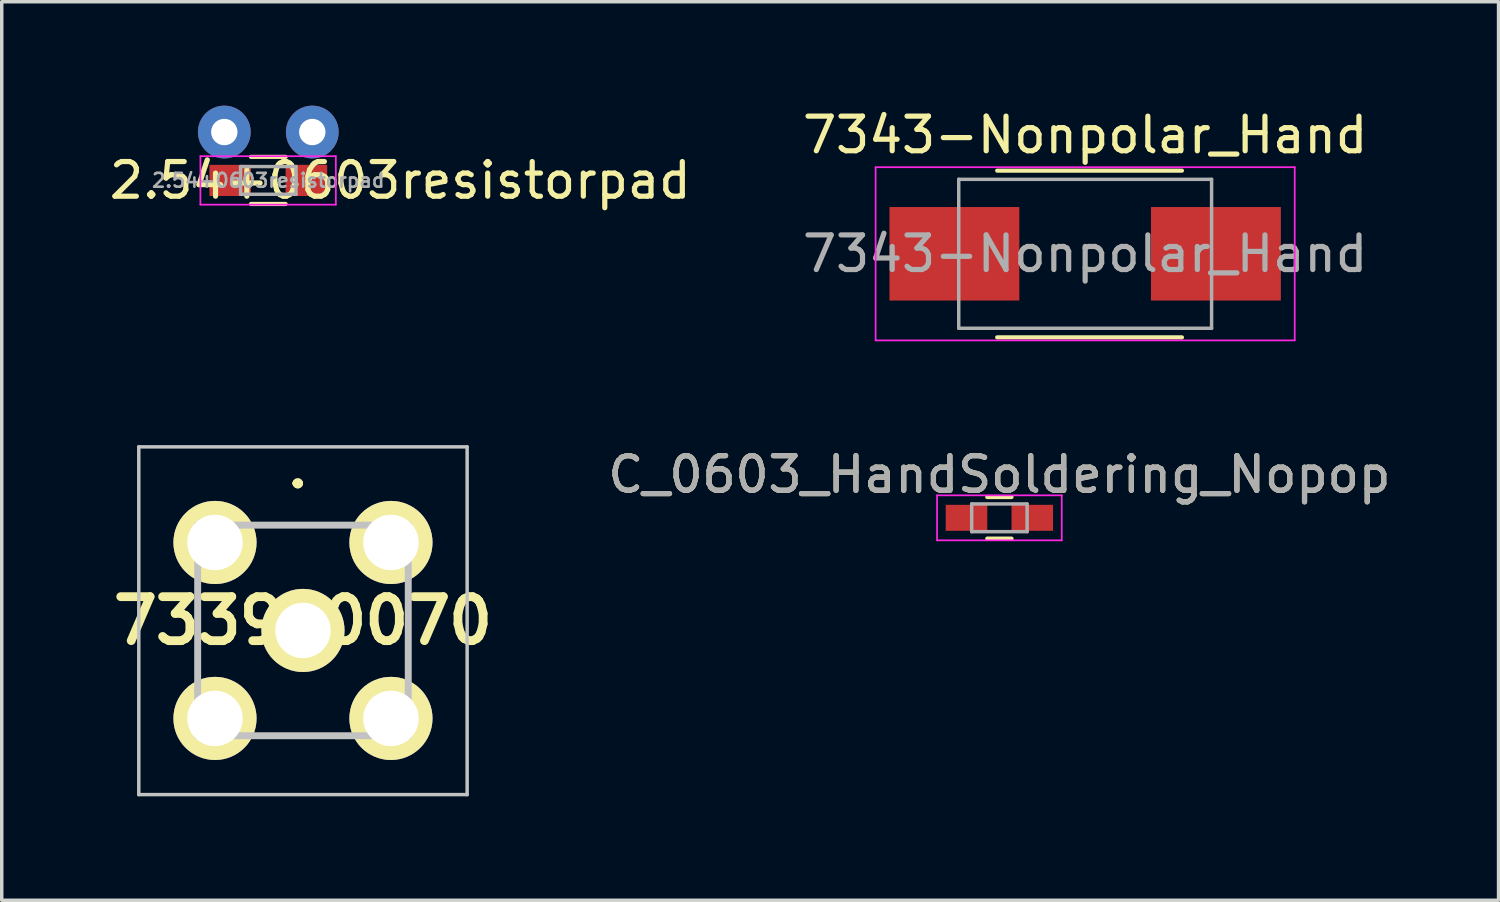
<source format=kicad_pcb>
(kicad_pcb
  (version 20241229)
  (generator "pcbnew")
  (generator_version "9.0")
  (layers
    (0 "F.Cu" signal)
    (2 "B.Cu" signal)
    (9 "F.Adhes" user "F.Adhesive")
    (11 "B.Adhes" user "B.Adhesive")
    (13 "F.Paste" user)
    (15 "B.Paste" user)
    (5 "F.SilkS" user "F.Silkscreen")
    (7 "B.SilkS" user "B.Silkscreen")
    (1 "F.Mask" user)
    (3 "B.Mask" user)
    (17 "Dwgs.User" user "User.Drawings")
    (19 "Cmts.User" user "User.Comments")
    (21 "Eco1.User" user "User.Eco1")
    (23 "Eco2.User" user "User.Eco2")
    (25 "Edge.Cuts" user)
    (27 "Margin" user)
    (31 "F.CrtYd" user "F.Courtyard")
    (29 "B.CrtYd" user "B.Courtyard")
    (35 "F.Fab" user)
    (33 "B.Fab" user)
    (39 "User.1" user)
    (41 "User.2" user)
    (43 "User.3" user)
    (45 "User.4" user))
  (footprint "C_0603_HandSoldering_Nopop"
    (layer "F.Cu")
    (at 25.804 11.9)
    (property "Reference" "C_0603_HandSoldering_Nopop" (at 0 -1.25 0) (layer "F.SilkS") (effects (font (size 1 1) (thickness 0.15))))
    (attr smd)
    (fp_line (start -0.35 -0.6) (end 0.35 -0.6) (stroke (width 0.12) (type solid)) (layer "F.SilkS"))
    (fp_line (start 0.35 0.6) (end -0.35 0.6) (stroke (width 0.12) (type solid)) (layer "F.SilkS"))
    (fp_line (start -1.8 -0.65) (end -1.8 0.65) (stroke (width 0.05) (type solid)) (layer "F.CrtYd"))
    (fp_line (start -1.8 -0.65) (end 1.8 -0.65) (stroke (width 0.05) (type solid)) (layer "F.CrtYd"))
    (fp_line (start 1.8 0.65) (end -1.8 0.65) (stroke (width 0.05) (type solid)) (layer "F.CrtYd"))
    (fp_line (start 1.8 0.65) (end 1.8 -0.65) (stroke (width 0.05) (type solid)) (layer "F.CrtYd"))
    (fp_line (start -0.8 -0.4) (end 0.8 -0.4) (stroke (width 0.1) (type solid)) (layer "F.Fab"))
    (fp_line (start -0.8 0.4) (end -0.8 -0.4) (stroke (width 0.1) (type solid)) (layer "F.Fab"))
    (fp_line (start 0.8 -0.4) (end 0.8 0.4) (stroke (width 0.1) (type solid)) (layer "F.Fab"))
    (fp_line (start 0.8 0.4) (end -0.8 0.4) (stroke (width 0.1) (type solid)) (layer "F.Fab"))
    (fp_text user "${REFERENCE}" (at 0 -1.25 0) (layer "F.Fab") (effects (font (size 1 1) (thickness 0.15))))
    (pad "1" smd rect (at -0.95 0) (size 1.2 0.75) (layers "F.Cu" "F.Mask" "F.Paste"))
    (pad "2" smd rect (at 0.95 0) (size 1.2 0.75) (layers "F.Cu" "F.Mask" "F.Paste")))
  (footprint "7343-Nonpolar_Hand"
    (layer "F.Cu")
    (at 28.28 4.277)
    (property "Reference" "7343-Nonpolar_Hand" (at 0 -3.429 0) (layer "F.SilkS") (effects (font (size 1 1) (thickness 0.15))))
    (attr smd)
    (fp_line (start -2.54 -2.4) (end 2.794 -2.4) (stroke (width 0.12) (type solid)) (layer "F.SilkS"))
    (fp_line (start -2.54 2.413) (end 2.794 2.413) (stroke (width 0.12) (type solid)) (layer "F.SilkS"))
    (fp_line (start -6.05 -2.5) (end -6.05 2.5) (stroke (width 0.05) (type solid)) (layer "F.CrtYd"))
    (fp_line (start -6.05 2.5) (end 6.05 2.5) (stroke (width 0.05) (type solid)) (layer "F.CrtYd"))
    (fp_line (start 6.05 -2.5) (end -6.05 -2.5) (stroke (width 0.05) (type solid)) (layer "F.CrtYd"))
    (fp_line (start 6.05 2.5) (end 6.05 -2.5) (stroke (width 0.05) (type solid)) (layer "F.CrtYd"))
    (fp_line (start -3.65 -2.15) (end -3.65 2.15) (stroke (width 0.1) (type solid)) (layer "F.Fab"))
    (fp_line (start -3.65 2.15) (end 3.65 2.15) (stroke (width 0.1) (type solid)) (layer "F.Fab"))
    (fp_line (start 3.65 -2.15) (end -3.65 -2.15) (stroke (width 0.1) (type solid)) (layer "F.Fab"))
    (fp_line (start 3.65 2.15) (end 3.65 -2.15) (stroke (width 0.1) (type solid)) (layer "F.Fab"))
    (fp_text user "${REFERENCE}" (at 0 0 0) (layer "F.Fab") (effects (font (size 1 1) (thickness 0.15))))
    (pad "1" smd rect (at -3.775 0) (size 3.75 2.7) (layers "F.Cu" "F.Mask" "F.Paste"))
    (pad "2" smd rect (at 3.775 0) (size 3.75 2.7) (layers "F.Cu" "F.Mask" "F.Paste")))
  (footprint "733910070"
    (layer "F.Cu")
    (at 5.697 15.152)
    (property "Reference" "733910070" (at 0 -0.28 0) (layer "F.SilkS") (effects (font (size 1.27 1.27) (thickness 0.254))))
    (attr through_hole)
    (fp_line (start -3.04 -1) (end -3.04 -1) (stroke (width 0.1) (type solid)) (layer "F.SilkS"))
    (fp_line (start -3.04 -1) (end -3.04 1) (stroke (width 0.1) (type solid)) (layer "F.SilkS"))
    (fp_line (start -3.04 1) (end -3.04 -1) (stroke (width 0.1) (type solid)) (layer "F.SilkS"))
    (fp_line (start -3.04 1) (end -3.04 1) (stroke (width 0.1) (type solid)) (layer "F.SilkS"))
    (fp_line (start -1 -3.04) (end -1 -3.04) (stroke (width 0.1) (type solid)) (layer "F.SilkS"))
    (fp_line (start -1 -3.04) (end 1 -3.04) (stroke (width 0.1) (type solid)) (layer "F.SilkS"))
    (fp_line (start -1 3.04) (end -1 3.04) (stroke (width 0.1) (type solid)) (layer "F.SilkS"))
    (fp_line (start -1 3.04) (end 1 3.04) (stroke (width 0.1) (type solid)) (layer "F.SilkS"))
    (fp_line (start -0.2 -4.25) (end -0.2 -4.25) (stroke (width 0.2) (type solid)) (layer "F.SilkS"))
    (fp_line (start -0.2 -4.25) (end -0.2 -4.25) (stroke (width 0.2) (type solid)) (layer "F.SilkS"))
    (fp_line (start -0.1 -4.25) (end -0.1 -4.25) (stroke (width 0.2) (type solid)) (layer "F.SilkS"))
    (fp_line (start 1 -3.04) (end -1 -3.04) (stroke (width 0.1) (type solid)) (layer "F.SilkS"))
    (fp_line (start 1 -3.04) (end 1 -3.04) (stroke (width 0.1) (type solid)) (layer "F.SilkS"))
    (fp_line (start 1 3.04) (end -1 3.04) (stroke (width 0.1) (type solid)) (layer "F.SilkS"))
    (fp_line (start 1 3.04) (end 1 3.04) (stroke (width 0.1) (type solid)) (layer "F.SilkS"))
    (fp_line (start 3.04 -1) (end 3.04 -1) (stroke (width 0.1) (type solid)) (layer "F.SilkS"))
    (fp_line (start 3.04 -1) (end 3.04 1) (stroke (width 0.1) (type solid)) (layer "F.SilkS"))
    (fp_line (start 3.04 1) (end 3.04 -1) (stroke (width 0.1) (type solid)) (layer "F.SilkS"))
    (fp_line (start 3.04 1) (end 3.04 1) (stroke (width 0.1) (type solid)) (layer "F.SilkS"))
    (fp_arc (start -0.2 -4.25) (mid -0.15 -4.3) (end -0.1 -4.25) (stroke (width 0.2) (type solid)) (layer "F.SilkS"))
    (fp_arc (start -0.1 -4.25) (mid -0.15 -4.2) (end -0.2 -4.25) (stroke (width 0.2) (type solid)) (layer "F.SilkS"))
    (fp_arc (start -0.1 -4.25) (mid -0.15 -4.2) (end -0.2 -4.25) (stroke (width 0.2) (type solid)) (layer "F.SilkS"))
    (fp_line (start -4.74 -5.3) (end 4.74 -5.3) (stroke (width 0.1) (type solid)) (layer "Dwgs.User"))
    (fp_line (start -4.74 4.74) (end -4.74 -5.3) (stroke (width 0.1) (type solid)) (layer "Dwgs.User"))
    (fp_line (start -3.04 -3.04) (end -3.04 3.04) (stroke (width 0.2) (type solid)) (layer "Dwgs.User"))
    (fp_line (start -3.04 3.04) (end 3.04 3.04) (stroke (width 0.2) (type solid)) (layer "Dwgs.User"))
    (fp_line (start 3.04 -3.04) (end -3.04 -3.04) (stroke (width 0.2) (type solid)) (layer "Dwgs.User"))
    (fp_line (start 3.04 3.04) (end 3.04 -3.04) (stroke (width 0.2) (type solid)) (layer "Dwgs.User"))
    (fp_line (start 4.74 -5.3) (end 4.74 4.74) (stroke (width 0.1) (type solid)) (layer "Dwgs.User"))
    (fp_line (start 4.74 4.74) (end -4.74 4.74) (stroke (width 0.1) (type solid)) (layer "Dwgs.User"))
    (pad "1" thru_hole circle (at 0 0 90) (size 2.4 2.4) (drill 1.6) (layers "*.Cu" "*.Mask" "F.SilkS"))
    (pad "2" thru_hole circle (at -2.54 -2.54 90) (size 2.4 2.4) (drill 1.6) (layers "*.Cu" "*.Mask" "F.SilkS"))
    (pad "2" thru_hole circle (at -2.54 2.54 90) (size 2.4 2.4) (drill 1.6) (layers "*.Cu" "*.Mask" "F.SilkS"))
    (pad "2" thru_hole circle (at 2.54 -2.54 90) (size 2.4 2.4) (drill 1.6) (layers "*.Cu" "*.Mask" "F.SilkS"))
    (pad "2" thru_hole circle (at 2.54 2.54 90) (size 2.4 2.4) (drill 1.6) (layers "*.Cu" "*.Mask" "F.SilkS")))
  (footprint "2.54+0603resistorpad"
    (layer "F.Cu")
    (at 4.696 2.159)
    (property "Reference" "2.54+0603resistorpad" (at 3.81 0 0) (layer "F.SilkS") (effects (font (size 1 1) (thickness 0.15))))
    (attr smd)
    (fp_line (start -0.5 -0.68) (end 0.5 -0.68) (stroke (width 0.12) (type solid)) (layer "F.SilkS"))
    (fp_line (start 0.5 0.68) (end -0.5 0.68) (stroke (width 0.12) (type solid)) (layer "F.SilkS"))
    (fp_line (start -1.96 -0.7) (end -1.96 0.7) (stroke (width 0.05) (type solid)) (layer "F.CrtYd"))
    (fp_line (start -1.96 -0.7) (end 1.95 -0.7) (stroke (width 0.05) (type solid)) (layer "F.CrtYd"))
    (fp_line (start 1.95 0.7) (end -1.96 0.7) (stroke (width 0.05) (type solid)) (layer "F.CrtYd"))
    (fp_line (start 1.95 0.7) (end 1.95 -0.7) (stroke (width 0.05) (type solid)) (layer "F.CrtYd"))
    (fp_line (start -0.8 -0.4) (end 0.8 -0.4) (stroke (width 0.1) (type solid)) (layer "F.Fab"))
    (fp_line (start -0.8 0.4) (end -0.8 -0.4) (stroke (width 0.1) (type solid)) (layer "F.Fab"))
    (fp_line (start 0.8 -0.4) (end 0.8 0.4) (stroke (width 0.1) (type solid)) (layer "F.Fab"))
    (fp_line (start 0.8 0.4) (end -0.8 0.4) (stroke (width 0.1) (type solid)) (layer "F.Fab"))
    (fp_text user "${REFERENCE}" (at 0 0 0) (layer "F.Fab") (effects (font (size 0.4 0.4) (thickness 0.075))))
    (pad "1" thru_hole circle (at -1.27 -1.397) (size 1.524 1.524) (drill 0.762) (layers "*.Cu" "*.Mask"))
    (pad "1" smd rect (at -1.1 0) (size 1.2 0.9) (layers "F.Cu" "F.Mask" "F.Paste"))
    (pad "2" smd rect (at 1.1 0) (size 1.2 0.9) (layers "F.Cu" "F.Mask" "F.Paste"))
    (pad "2" thru_hole circle (at 1.27 -1.397) (size 1.524 1.524) (drill 0.762) (layers "*.Cu" "*.Mask")))
  (gr_rect
    (start -3 -3)
    (end 40.215 22.942)
    (stroke (width 0.1) (type default))
    (fill no)
    (layer "Edge.Cuts")))
</source>
